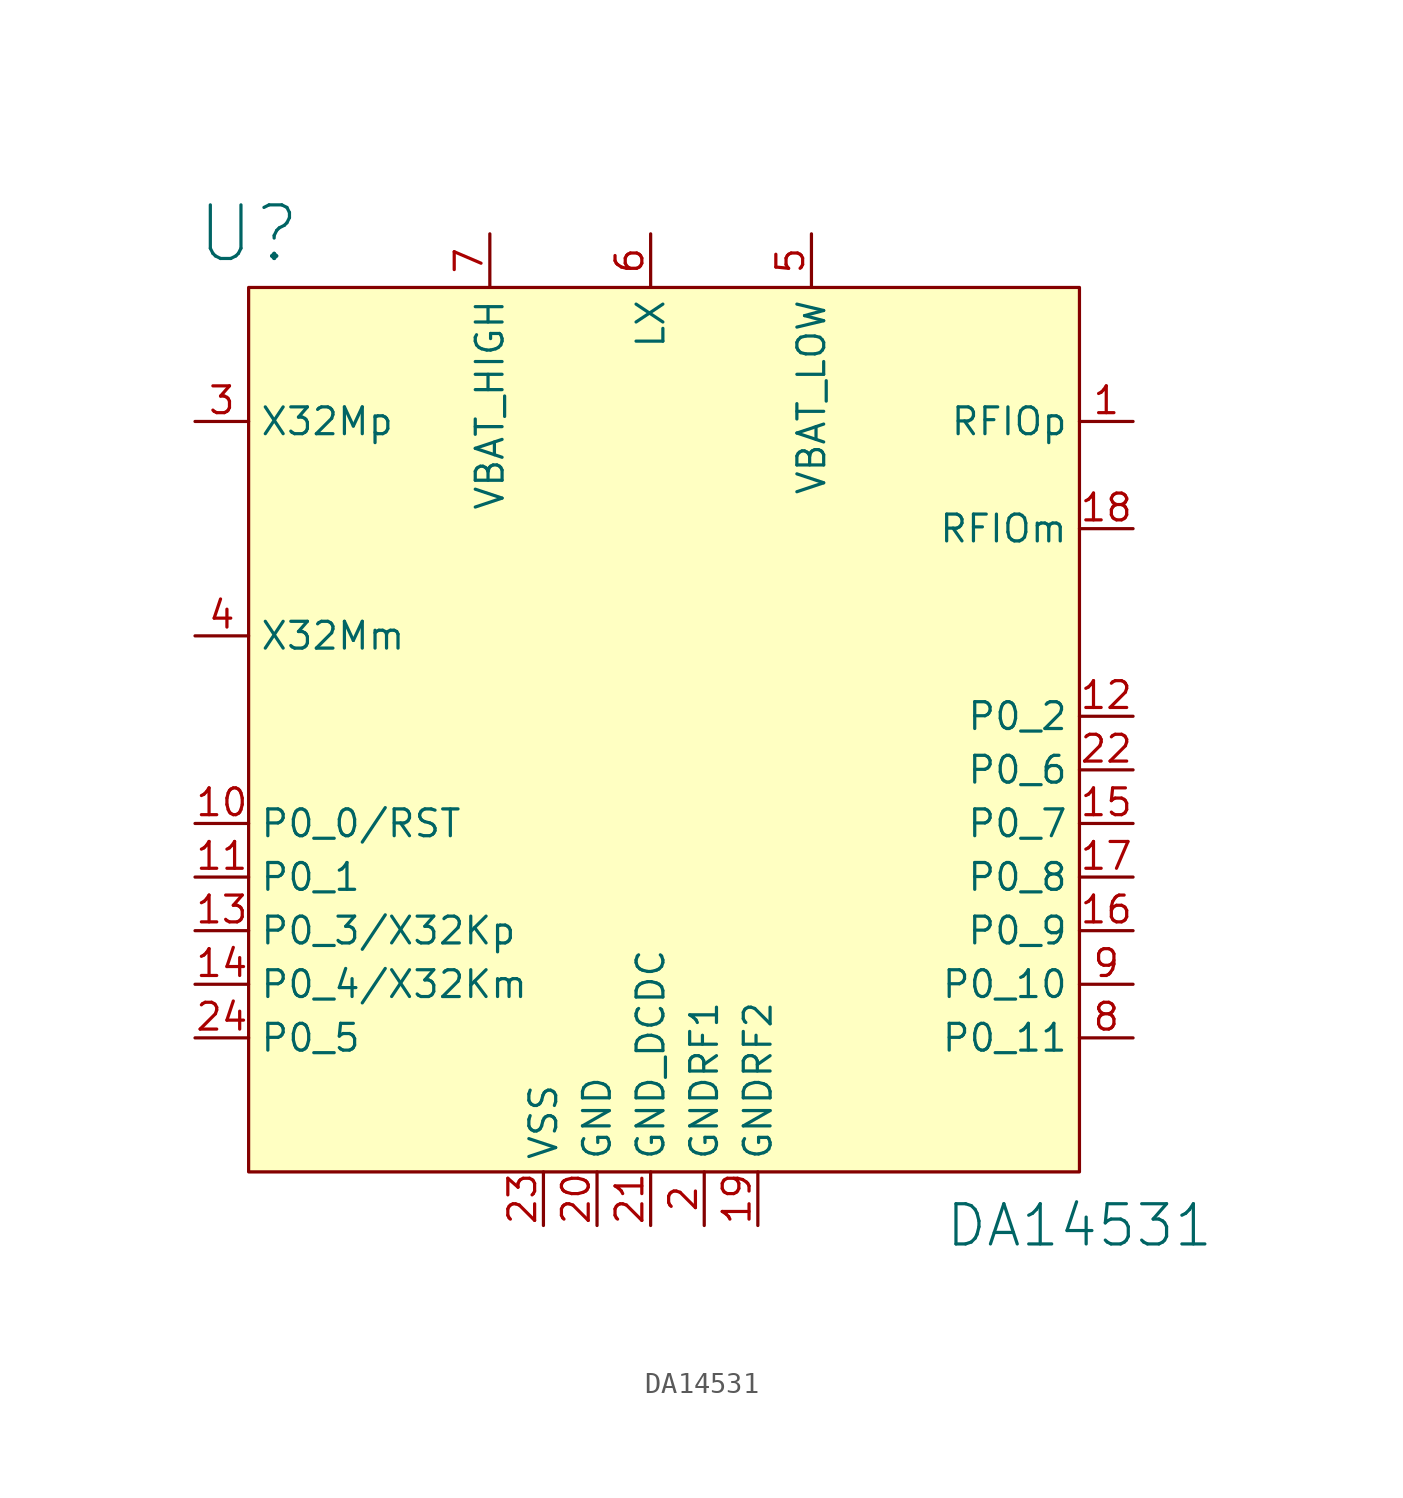
<source format=kicad_sym>
(kicad_symbol_lib
  (version 20220331)
  (generator kicad_symbol_editor)
  (symbol "DA14531"
    (property "Reference" "U"
      (at -19.05 22.86 0)
      (effects (font (size 2.54 2.54))))
    (property "Value" "DA14531"
      (at 20.32 -24.13 0)
      (effects (font (size 1.905 1.905))))
    (symbol "DA14531_0_1"
      (rectangle (start -19.05 20.32) (end 20.32 -21.59) (stroke (width 0) (type default)) (fill (type background))))
    (symbol "DA14531_1_1"
      (pin bidirectional line (at 22.86 13.97 180) (length 2.54) (name "RFIOp" (effects (font (size 1.27 1.27)))) (number "1" (effects (font (size 1.27 1.27)))))
      (pin bidirectional line (at -21.59 -5.08 0) (length 2.54) (name "P0_0/RST" (effects (font (size 1.27 1.27)))) (number "10" (effects (font (size 1.27 1.27)))))
      (pin bidirectional line (at -21.59 -7.62 0) (length 2.54) (name "P0_1" (effects (font (size 1.27 1.27)))) (number "11" (effects (font (size 1.27 1.27)))))
      (pin bidirectional line (at 22.86 0 180) (length 2.54) (name "P0_2" (effects (font (size 1.27 1.27)))) (number "12" (effects (font (size 1.27 1.27)))))
      (pin bidirectional line (at -21.59 -10.16 0) (length 2.54) (name "P0_3/X32Kp" (effects (font (size 1.27 1.27)))) (number "13" (effects (font (size 1.27 1.27)))))
      (pin bidirectional line (at -21.59 -12.7 0) (length 2.54) (name "P0_4/X32Km" (effects (font (size 1.27 1.27)))) (number "14" (effects (font (size 1.27 1.27)))))
      (pin bidirectional line (at 22.86 -5.08 180) (length 2.54) (name "P0_7" (effects (font (size 1.27 1.27)))) (number "15" (effects (font (size 1.27 1.27)))))
      (pin bidirectional line (at 22.86 -10.16 180) (length 2.54) (name "P0_9" (effects (font (size 1.27 1.27)))) (number "16" (effects (font (size 1.27 1.27)))))
      (pin bidirectional line (at 22.86 -7.62 180) (length 2.54) (name "P0_8" (effects (font (size 1.27 1.27)))) (number "17" (effects (font (size 1.27 1.27)))))
      (pin bidirectional line (at 22.86 8.89 180) (length 2.54) (name "RFIOm" (effects (font (size 1.27 1.27)))) (number "18" (effects (font (size 1.27 1.27)))))
      (pin power_in line (at 5.08 -24.13 90) (length 2.54) (name "GNDRF2" (effects (font (size 1.27 1.27)))) (number "19" (effects (font (size 1.27 1.27)))))
      (pin bidirectional line (at 2.54 -24.13 90) (length 2.54) (name "GNDRF1" (effects (font (size 1.27 1.27)))) (number "2" (effects (font (size 1.27 1.27)))))
      (pin power_in line (at -2.54 -24.13 90) (length 2.54) (name "GND" (effects (font (size 1.27 1.27)))) (number "20" (effects (font (size 1.27 1.27)))))
      (pin power_in line (at 0 -24.13 90) (length 2.54) (name "GND_DCDC" (effects (font (size 1.27 1.27)))) (number "21" (effects (font (size 1.27 1.27)))))
      (pin bidirectional line (at 22.86 -2.54 180) (length 2.54) (name "P0_6" (effects (font (size 1.27 1.27)))) (number "22" (effects (font (size 1.27 1.27)))))
      (pin power_in line (at -5.08 -24.13 90) (length 2.54) (name "VSS" (effects (font (size 1.27 1.27)))) (number "23" (effects (font (size 1.27 1.27)))))
      (pin bidirectional line (at -21.59 -15.24 0) (length 2.54) (name "P0_5" (effects (font (size 1.27 1.27)))) (number "24" (effects (font (size 1.27 1.27)))))
      (pin bidirectional line (at -21.59 13.97 0) (length 2.54) (name "X32Mp" (effects (font (size 1.27 1.27)))) (number "3" (effects (font (size 1.27 1.27)))))
      (pin bidirectional line (at -21.59 3.81 0) (length 2.54) (name "X32Mm" (effects (font (size 1.27 1.27)))) (number "4" (effects (font (size 1.27 1.27)))))
      (pin power_in line (at 7.62 22.86 270) (length 2.54) (name "VBAT_LOW" (effects (font (size 1.27 1.27)))) (number "5" (effects (font (size 1.27 1.27)))))
      (pin power_out line (at 0 22.86 270) (length 2.54) (name "LX" (effects (font (size 1.27 1.27)))) (number "6" (effects (font (size 1.27 1.27)))))
      (pin power_in line (at -7.62 22.86 270) (length 2.54) (name "VBAT_HIGH" (effects (font (size 1.27 1.27)))) (number "7" (effects (font (size 1.27 1.27)))))
      (pin bidirectional line (at 22.86 -15.24 180) (length 2.54) (name "P0_11" (effects (font (size 1.27 1.27)))) (number "8" (effects (font (size 1.27 1.27)))))
      (pin bidirectional line (at 22.86 -12.7 180) (length 2.54) (name "P0_10" (effects (font (size 1.27 1.27)))) (number "9" (effects (font (size 1.27 1.27))))))))
</source>
